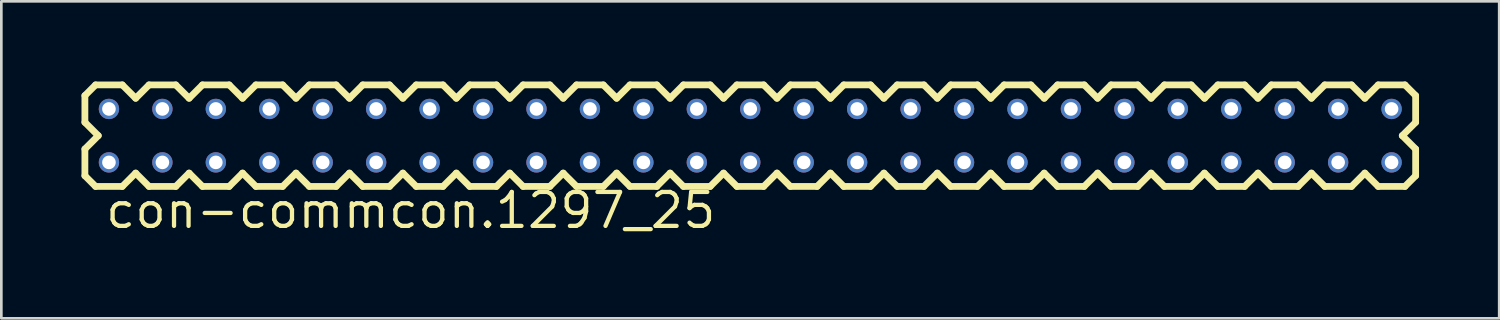
<source format=kicad_pcb>
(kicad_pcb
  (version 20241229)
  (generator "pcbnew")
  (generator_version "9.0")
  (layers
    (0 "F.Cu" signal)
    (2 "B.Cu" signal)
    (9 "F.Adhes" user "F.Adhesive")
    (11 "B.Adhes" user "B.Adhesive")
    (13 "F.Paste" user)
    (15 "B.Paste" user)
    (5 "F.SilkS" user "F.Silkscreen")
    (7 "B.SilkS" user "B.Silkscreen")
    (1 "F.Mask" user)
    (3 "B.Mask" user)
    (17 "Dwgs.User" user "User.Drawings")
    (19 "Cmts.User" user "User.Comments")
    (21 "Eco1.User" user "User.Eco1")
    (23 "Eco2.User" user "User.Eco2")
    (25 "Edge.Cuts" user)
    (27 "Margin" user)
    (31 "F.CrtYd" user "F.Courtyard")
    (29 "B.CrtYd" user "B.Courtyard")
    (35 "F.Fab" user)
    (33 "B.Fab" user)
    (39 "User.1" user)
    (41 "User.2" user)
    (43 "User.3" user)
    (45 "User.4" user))
  (footprint "con-commcon.1297_25"
    (layer "F.Cu")
    (at 25.027 2.027)
    (property "Reference" "con-commcon.1297_25" (at -24.21 3.54 0) (layer "F.SilkS") (effects (font (size 1.27 1.27) (thickness 0.16)) (justify left bottom)))
    (attr through_hole)
    (fp_line (start -24.9 -1.5) (end -24.9 -0.5) (stroke (width 0.254) (type default)) (layer "F.SilkS"))
    (fp_line (start -24.9 -0.5) (end -24.4 0) (stroke (width 0.254) (type default)) (layer "F.SilkS"))
    (fp_line (start -24.9 0.5) (end -24.9 1.5) (stroke (width 0.254) (type default)) (layer "F.SilkS"))
    (fp_line (start -24.9 1.5) (end -24.5 1.9) (stroke (width 0.254) (type default)) (layer "F.SilkS"))
    (fp_line (start -24.5 -1.9) (end -24.9 -1.5) (stroke (width 0.254) (type default)) (layer "F.SilkS"))
    (fp_line (start -24.5 1.9) (end -23.5 1.9) (stroke (width 0.254) (type default)) (layer "F.SilkS"))
    (fp_line (start -24.4 0) (end -24.9 0.5) (stroke (width 0.254) (type default)) (layer "F.SilkS"))
    (fp_line (start -23.5 -1.9) (end -24.5 -1.9) (stroke (width 0.254) (type default)) (layer "F.SilkS"))
    (fp_line (start -23.5 1.9) (end -23 1.4) (stroke (width 0.254) (type default)) (layer "F.SilkS"))
    (fp_line (start -23 -1.4) (end -23.5 -1.9) (stroke (width 0.254) (type default)) (layer "F.SilkS"))
    (fp_line (start -23 1.4) (end -22.5 1.9) (stroke (width 0.254) (type default)) (layer "F.SilkS"))
    (fp_line (start -22.5 -1.9) (end -23 -1.4) (stroke (width 0.254) (type default)) (layer "F.SilkS"))
    (fp_line (start -22.5 1.9) (end -21.5 1.9) (stroke (width 0.254) (type default)) (layer "F.SilkS"))
    (fp_line (start -21.5 -1.9) (end -22.5 -1.9) (stroke (width 0.254) (type default)) (layer "F.SilkS"))
    (fp_line (start -21.5 1.9) (end -21 1.4) (stroke (width 0.254) (type default)) (layer "F.SilkS"))
    (fp_line (start -21 -1.4) (end -21.5 -1.9) (stroke (width 0.254) (type default)) (layer "F.SilkS"))
    (fp_line (start -21 1.4) (end -20.5 1.9) (stroke (width 0.254) (type default)) (layer "F.SilkS"))
    (fp_line (start -20.5 -1.9) (end -21 -1.4) (stroke (width 0.254) (type default)) (layer "F.SilkS"))
    (fp_line (start -20.5 1.9) (end -19.5 1.9) (stroke (width 0.254) (type default)) (layer "F.SilkS"))
    (fp_line (start -19.5 -1.9) (end -20.5 -1.9) (stroke (width 0.254) (type default)) (layer "F.SilkS"))
    (fp_line (start -19.5 1.9) (end -19 1.4) (stroke (width 0.254) (type default)) (layer "F.SilkS"))
    (fp_line (start -19 -1.4) (end -19.5 -1.9) (stroke (width 0.254) (type default)) (layer "F.SilkS"))
    (fp_line (start -19 1.4) (end -18.5 1.9) (stroke (width 0.254) (type default)) (layer "F.SilkS"))
    (fp_line (start -18.5 -1.9) (end -19 -1.4) (stroke (width 0.254) (type default)) (layer "F.SilkS"))
    (fp_line (start -18.5 1.9) (end -17.5 1.9) (stroke (width 0.254) (type default)) (layer "F.SilkS"))
    (fp_line (start -17.5 -1.9) (end -18.5 -1.9) (stroke (width 0.254) (type default)) (layer "F.SilkS"))
    (fp_line (start -17.5 1.9) (end -17 1.4) (stroke (width 0.254) (type default)) (layer "F.SilkS"))
    (fp_line (start -17 -1.4) (end -17.5 -1.9) (stroke (width 0.254) (type default)) (layer "F.SilkS"))
    (fp_line (start -17 1.4) (end -16.5 1.9) (stroke (width 0.254) (type default)) (layer "F.SilkS"))
    (fp_line (start -16.5 -1.9) (end -17 -1.4) (stroke (width 0.254) (type default)) (layer "F.SilkS"))
    (fp_line (start -16.5 1.9) (end -15.5 1.9) (stroke (width 0.254) (type default)) (layer "F.SilkS"))
    (fp_line (start -15.5 -1.9) (end -16.5 -1.9) (stroke (width 0.254) (type default)) (layer "F.SilkS"))
    (fp_line (start -15.5 1.9) (end -15 1.4) (stroke (width 0.254) (type default)) (layer "F.SilkS"))
    (fp_line (start -15 -1.4) (end -15.5 -1.9) (stroke (width 0.254) (type default)) (layer "F.SilkS"))
    (fp_line (start -15 1.4) (end -14.5 1.9) (stroke (width 0.254) (type default)) (layer "F.SilkS"))
    (fp_line (start -14.5 -1.9) (end -15 -1.4) (stroke (width 0.254) (type default)) (layer "F.SilkS"))
    (fp_line (start -14.5 1.9) (end -13.5 1.9) (stroke (width 0.254) (type default)) (layer "F.SilkS"))
    (fp_line (start -13.5 -1.9) (end -14.5 -1.9) (stroke (width 0.254) (type default)) (layer "F.SilkS"))
    (fp_line (start -13.5 1.9) (end -13 1.4) (stroke (width 0.254) (type default)) (layer "F.SilkS"))
    (fp_line (start -13 -1.4) (end -13.5 -1.9) (stroke (width 0.254) (type default)) (layer "F.SilkS"))
    (fp_line (start -13 1.4) (end -12.5 1.9) (stroke (width 0.254) (type default)) (layer "F.SilkS"))
    (fp_line (start -12.5 -1.9) (end -13 -1.4) (stroke (width 0.254) (type default)) (layer "F.SilkS"))
    (fp_line (start -12.5 1.9) (end -11.5 1.9) (stroke (width 0.254) (type default)) (layer "F.SilkS"))
    (fp_line (start -11.5 -1.9) (end -12.5 -1.9) (stroke (width 0.254) (type default)) (layer "F.SilkS"))
    (fp_line (start -11.5 1.9) (end -11 1.4) (stroke (width 0.254) (type default)) (layer "F.SilkS"))
    (fp_line (start -11 -1.4) (end -11.5 -1.9) (stroke (width 0.254) (type default)) (layer "F.SilkS"))
    (fp_line (start -11 1.4) (end -10.5 1.9) (stroke (width 0.254) (type default)) (layer "F.SilkS"))
    (fp_line (start -10.5 -1.9) (end -11 -1.4) (stroke (width 0.254) (type default)) (layer "F.SilkS"))
    (fp_line (start -10.5 1.9) (end -9.5 1.9) (stroke (width 0.254) (type default)) (layer "F.SilkS"))
    (fp_line (start -9.5 -1.9) (end -10.5 -1.9) (stroke (width 0.254) (type default)) (layer "F.SilkS"))
    (fp_line (start -9.5 1.9) (end -9 1.4) (stroke (width 0.254) (type default)) (layer "F.SilkS"))
    (fp_line (start -9 -1.4) (end -9.5 -1.9) (stroke (width 0.254) (type default)) (layer "F.SilkS"))
    (fp_line (start -9 1.4) (end -8.5 1.9) (stroke (width 0.254) (type default)) (layer "F.SilkS"))
    (fp_line (start -8.5 -1.9) (end -9 -1.4) (stroke (width 0.254) (type default)) (layer "F.SilkS"))
    (fp_line (start -8.5 1.9) (end -7.5 1.9) (stroke (width 0.254) (type default)) (layer "F.SilkS"))
    (fp_line (start -7.5 -1.9) (end -8.5 -1.9) (stroke (width 0.254) (type default)) (layer "F.SilkS"))
    (fp_line (start -7.5 1.9) (end -7 1.4) (stroke (width 0.254) (type default)) (layer "F.SilkS"))
    (fp_line (start -7 -1.4) (end -7.5 -1.9) (stroke (width 0.254) (type default)) (layer "F.SilkS"))
    (fp_line (start -7 1.4) (end -6.5 1.9) (stroke (width 0.254) (type default)) (layer "F.SilkS"))
    (fp_line (start -6.5 -1.9) (end -7 -1.4) (stroke (width 0.254) (type default)) (layer "F.SilkS"))
    (fp_line (start -6.5 1.9) (end -5.5 1.9) (stroke (width 0.254) (type default)) (layer "F.SilkS"))
    (fp_line (start -5.5 -1.9) (end -6.5 -1.9) (stroke (width 0.254) (type default)) (layer "F.SilkS"))
    (fp_line (start -5.5 1.9) (end -5 1.4) (stroke (width 0.254) (type default)) (layer "F.SilkS"))
    (fp_line (start -5 -1.4) (end -5.5 -1.9) (stroke (width 0.254) (type default)) (layer "F.SilkS"))
    (fp_line (start -5 1.4) (end -4.5 1.9) (stroke (width 0.254) (type default)) (layer "F.SilkS"))
    (fp_line (start -4.5 -1.9) (end -5 -1.4) (stroke (width 0.254) (type default)) (layer "F.SilkS"))
    (fp_line (start -4.5 1.9) (end -3.5 1.9) (stroke (width 0.254) (type default)) (layer "F.SilkS"))
    (fp_line (start -3.5 -1.9) (end -4.5 -1.9) (stroke (width 0.254) (type default)) (layer "F.SilkS"))
    (fp_line (start -3.5 1.9) (end -3 1.4) (stroke (width 0.254) (type default)) (layer "F.SilkS"))
    (fp_line (start -3 -1.4) (end -3.5 -1.9) (stroke (width 0.254) (type default)) (layer "F.SilkS"))
    (fp_line (start -3 1.4) (end -2.5 1.9) (stroke (width 0.254) (type default)) (layer "F.SilkS"))
    (fp_line (start -2.5 -1.9) (end -3 -1.4) (stroke (width 0.254) (type default)) (layer "F.SilkS"))
    (fp_line (start -2.5 1.9) (end -1.5 1.9) (stroke (width 0.254) (type default)) (layer "F.SilkS"))
    (fp_line (start -1.5 -1.9) (end -2.5 -1.9) (stroke (width 0.254) (type default)) (layer "F.SilkS"))
    (fp_line (start -1.5 1.9) (end -1 1.4) (stroke (width 0.254) (type default)) (layer "F.SilkS"))
    (fp_line (start -1 -1.4) (end -1.5 -1.9) (stroke (width 0.254) (type default)) (layer "F.SilkS"))
    (fp_line (start -1 1.4) (end -0.5 1.9) (stroke (width 0.254) (type default)) (layer "F.SilkS"))
    (fp_line (start -0.5 -1.9) (end -1 -1.4) (stroke (width 0.254) (type default)) (layer "F.SilkS"))
    (fp_line (start -0.5 1.9) (end 0.5 1.9) (stroke (width 0.254) (type default)) (layer "F.SilkS"))
    (fp_line (start 0.5 -1.9) (end -0.5 -1.9) (stroke (width 0.254) (type default)) (layer "F.SilkS"))
    (fp_line (start 0.5 1.9) (end 1 1.4) (stroke (width 0.254) (type default)) (layer "F.SilkS"))
    (fp_line (start 1 -1.4) (end 0.5 -1.9) (stroke (width 0.254) (type default)) (layer "F.SilkS"))
    (fp_line (start 1 1.4) (end 1.5 1.9) (stroke (width 0.254) (type default)) (layer "F.SilkS"))
    (fp_line (start 1.5 -1.9) (end 1 -1.4) (stroke (width 0.254) (type default)) (layer "F.SilkS"))
    (fp_line (start 1.5 1.9) (end 2.5 1.9) (stroke (width 0.254) (type default)) (layer "F.SilkS"))
    (fp_line (start 2.5 -1.9) (end 1.5 -1.9) (stroke (width 0.254) (type default)) (layer "F.SilkS"))
    (fp_line (start 2.5 1.9) (end 3 1.4) (stroke (width 0.254) (type default)) (layer "F.SilkS"))
    (fp_line (start 3 -1.4) (end 2.5 -1.9) (stroke (width 0.254) (type default)) (layer "F.SilkS"))
    (fp_line (start 3 1.4) (end 3.5 1.9) (stroke (width 0.254) (type default)) (layer "F.SilkS"))
    (fp_line (start 3.5 -1.9) (end 3 -1.4) (stroke (width 0.254) (type default)) (layer "F.SilkS"))
    (fp_line (start 3.5 1.9) (end 4.5 1.9) (stroke (width 0.254) (type default)) (layer "F.SilkS"))
    (fp_line (start 4.5 -1.9) (end 3.5 -1.9) (stroke (width 0.254) (type default)) (layer "F.SilkS"))
    (fp_line (start 4.5 1.9) (end 5 1.4) (stroke (width 0.254) (type default)) (layer "F.SilkS"))
    (fp_line (start 5 -1.4) (end 4.5 -1.9) (stroke (width 0.254) (type default)) (layer "F.SilkS"))
    (fp_line (start 5 1.4) (end 5.5 1.9) (stroke (width 0.254) (type default)) (layer "F.SilkS"))
    (fp_line (start 5.5 -1.9) (end 5 -1.4) (stroke (width 0.254) (type default)) (layer "F.SilkS"))
    (fp_line (start 5.5 1.9) (end 6.5 1.9) (stroke (width 0.254) (type default)) (layer "F.SilkS"))
    (fp_line (start 6.5 -1.9) (end 5.5 -1.9) (stroke (width 0.254) (type default)) (layer "F.SilkS"))
    (fp_line (start 6.5 1.9) (end 7 1.4) (stroke (width 0.254) (type default)) (layer "F.SilkS"))
    (fp_line (start 7 -1.4) (end 6.5 -1.9) (stroke (width 0.254) (type default)) (layer "F.SilkS"))
    (fp_line (start 7 1.4) (end 7.5 1.9) (stroke (width 0.254) (type default)) (layer "F.SilkS"))
    (fp_line (start 7.5 -1.9) (end 7 -1.4) (stroke (width 0.254) (type default)) (layer "F.SilkS"))
    (fp_line (start 7.5 1.9) (end 8.5 1.9) (stroke (width 0.254) (type default)) (layer "F.SilkS"))
    (fp_line (start 8.5 -1.9) (end 7.5 -1.9) (stroke (width 0.254) (type default)) (layer "F.SilkS"))
    (fp_line (start 8.5 1.9) (end 9 1.4) (stroke (width 0.254) (type default)) (layer "F.SilkS"))
    (fp_line (start 9 -1.4) (end 8.5 -1.9) (stroke (width 0.254) (type default)) (layer "F.SilkS"))
    (fp_line (start 9 1.4) (end 9.5 1.9) (stroke (width 0.254) (type default)) (layer "F.SilkS"))
    (fp_line (start 9.5 -1.9) (end 9 -1.4) (stroke (width 0.254) (type default)) (layer "F.SilkS"))
    (fp_line (start 9.5 1.9) (end 10.5 1.9) (stroke (width 0.254) (type default)) (layer "F.SilkS"))
    (fp_line (start 10.5 -1.9) (end 9.5 -1.9) (stroke (width 0.254) (type default)) (layer "F.SilkS"))
    (fp_line (start 10.5 1.9) (end 11 1.4) (stroke (width 0.254) (type default)) (layer "F.SilkS"))
    (fp_line (start 11 -1.4) (end 10.5 -1.9) (stroke (width 0.254) (type default)) (layer "F.SilkS"))
    (fp_line (start 11 1.4) (end 11.5 1.9) (stroke (width 0.254) (type default)) (layer "F.SilkS"))
    (fp_line (start 11.5 -1.9) (end 11 -1.4) (stroke (width 0.254) (type default)) (layer "F.SilkS"))
    (fp_line (start 11.5 1.9) (end 12.5 1.9) (stroke (width 0.254) (type default)) (layer "F.SilkS"))
    (fp_line (start 12.5 -1.9) (end 11.5 -1.9) (stroke (width 0.254) (type default)) (layer "F.SilkS"))
    (fp_line (start 12.5 1.9) (end 13 1.4) (stroke (width 0.254) (type default)) (layer "F.SilkS"))
    (fp_line (start 13 -1.4) (end 12.5 -1.9) (stroke (width 0.254) (type default)) (layer "F.SilkS"))
    (fp_line (start 13 1.4) (end 13.5 1.9) (stroke (width 0.254) (type default)) (layer "F.SilkS"))
    (fp_line (start 13.5 -1.9) (end 13 -1.4) (stroke (width 0.254) (type default)) (layer "F.SilkS"))
    (fp_line (start 13.5 1.9) (end 14.5 1.9) (stroke (width 0.254) (type default)) (layer "F.SilkS"))
    (fp_line (start 14.5 -1.9) (end 13.5 -1.9) (stroke (width 0.254) (type default)) (layer "F.SilkS"))
    (fp_line (start 14.5 1.9) (end 15 1.4) (stroke (width 0.254) (type default)) (layer "F.SilkS"))
    (fp_line (start 15 -1.4) (end 14.5 -1.9) (stroke (width 0.254) (type default)) (layer "F.SilkS"))
    (fp_line (start 15 1.4) (end 15.5 1.9) (stroke (width 0.254) (type default)) (layer "F.SilkS"))
    (fp_line (start 15.5 -1.9) (end 15 -1.4) (stroke (width 0.254) (type default)) (layer "F.SilkS"))
    (fp_line (start 15.5 1.9) (end 16.5 1.9) (stroke (width 0.254) (type default)) (layer "F.SilkS"))
    (fp_line (start 16.5 -1.9) (end 15.5 -1.9) (stroke (width 0.254) (type default)) (layer "F.SilkS"))
    (fp_line (start 16.5 1.9) (end 17 1.4) (stroke (width 0.254) (type default)) (layer "F.SilkS"))
    (fp_line (start 17 -1.4) (end 16.5 -1.9) (stroke (width 0.254) (type default)) (layer "F.SilkS"))
    (fp_line (start 17 1.4) (end 17.5 1.9) (stroke (width 0.254) (type default)) (layer "F.SilkS"))
    (fp_line (start 17.5 -1.9) (end 17 -1.4) (stroke (width 0.254) (type default)) (layer "F.SilkS"))
    (fp_line (start 17.5 1.9) (end 18.5 1.9) (stroke (width 0.254) (type default)) (layer "F.SilkS"))
    (fp_line (start 18.5 -1.9) (end 17.5 -1.9) (stroke (width 0.254) (type default)) (layer "F.SilkS"))
    (fp_line (start 18.5 1.9) (end 19 1.4) (stroke (width 0.254) (type default)) (layer "F.SilkS"))
    (fp_line (start 19 -1.4) (end 18.5 -1.9) (stroke (width 0.254) (type default)) (layer "F.SilkS"))
    (fp_line (start 19 1.4) (end 19.5 1.9) (stroke (width 0.254) (type default)) (layer "F.SilkS"))
    (fp_line (start 19.5 -1.9) (end 19 -1.4) (stroke (width 0.254) (type default)) (layer "F.SilkS"))
    (fp_line (start 19.5 1.9) (end 20.5 1.9) (stroke (width 0.254) (type default)) (layer "F.SilkS"))
    (fp_line (start 20.5 -1.9) (end 19.5 -1.9) (stroke (width 0.254) (type default)) (layer "F.SilkS"))
    (fp_line (start 20.5 1.9) (end 21 1.4) (stroke (width 0.254) (type default)) (layer "F.SilkS"))
    (fp_line (start 21 -1.4) (end 20.5 -1.9) (stroke (width 0.254) (type default)) (layer "F.SilkS"))
    (fp_line (start 21 1.4) (end 21.5 1.9) (stroke (width 0.254) (type default)) (layer "F.SilkS"))
    (fp_line (start 21.5 -1.9) (end 21 -1.4) (stroke (width 0.254) (type default)) (layer "F.SilkS"))
    (fp_line (start 21.5 1.9) (end 22.5 1.9) (stroke (width 0.254) (type default)) (layer "F.SilkS"))
    (fp_line (start 22.5 -1.9) (end 21.5 -1.9) (stroke (width 0.254) (type default)) (layer "F.SilkS"))
    (fp_line (start 22.5 1.9) (end 23 1.4) (stroke (width 0.254) (type default)) (layer "F.SilkS"))
    (fp_line (start 23 -1.4) (end 22.5 -1.9) (stroke (width 0.254) (type default)) (layer "F.SilkS"))
    (fp_line (start 23 1.4) (end 23.5 1.9) (stroke (width 0.254) (type default)) (layer "F.SilkS"))
    (fp_line (start 23.5 -1.9) (end 23 -1.4) (stroke (width 0.254) (type default)) (layer "F.SilkS"))
    (fp_line (start 23.5 1.9) (end 24.5 1.9) (stroke (width 0.254) (type default)) (layer "F.SilkS"))
    (fp_line (start 24.4 0) (end 24.9 -0.5) (stroke (width 0.254) (type default)) (layer "F.SilkS"))
    (fp_line (start 24.5 -1.9) (end 23.5 -1.9) (stroke (width 0.254) (type default)) (layer "F.SilkS"))
    (fp_line (start 24.5 1.9) (end 24.9 1.5) (stroke (width 0.254) (type default)) (layer "F.SilkS"))
    (fp_line (start 24.9 -1.5) (end 24.5 -1.9) (stroke (width 0.254) (type default)) (layer "F.SilkS"))
    (fp_line (start 24.9 -0.5) (end 24.9 -1.5) (stroke (width 0.254) (type default)) (layer "F.SilkS"))
    (fp_line (start 24.9 0.5) (end 24.4 0) (stroke (width 0.254) (type default)) (layer "F.SilkS"))
    (fp_line (start 24.9 1.5) (end 24.9 0.5) (stroke (width 0.254) (type default)) (layer "F.SilkS"))
    (pad "A1" thru_hole circle (at -24 1) (size 0.762 0.762) (drill 0.508) (layers "*.Cu" "*.Mask"))
    (pad "A2" thru_hole circle (at -22 1) (size 0.762 0.762) (drill 0.508) (layers "*.Cu" "*.Mask"))
    (pad "A3" thru_hole circle (at -20 1) (size 0.762 0.762) (drill 0.508) (layers "*.Cu" "*.Mask"))
    (pad "A4" thru_hole circle (at -18 1) (size 0.762 0.762) (drill 0.508) (layers "*.Cu" "*.Mask"))
    (pad "A5" thru_hole circle (at -16 1) (size 0.762 0.762) (drill 0.508) (layers "*.Cu" "*.Mask"))
    (pad "A6" thru_hole circle (at -14 1) (size 0.762 0.762) (drill 0.508) (layers "*.Cu" "*.Mask"))
    (pad "A7" thru_hole circle (at -12 1) (size 0.762 0.762) (drill 0.508) (layers "*.Cu" "*.Mask"))
    (pad "A8" thru_hole circle (at -10 1) (size 0.762 0.762) (drill 0.508) (layers "*.Cu" "*.Mask"))
    (pad "A9" thru_hole circle (at -8 1) (size 0.762 0.762) (drill 0.508) (layers "*.Cu" "*.Mask"))
    (pad "A10" thru_hole circle (at -6 1) (size 0.762 0.762) (drill 0.508) (layers "*.Cu" "*.Mask"))
    (pad "A11" thru_hole circle (at -4 1) (size 0.762 0.762) (drill 0.508) (layers "*.Cu" "*.Mask"))
    (pad "A12" thru_hole circle (at -2 1) (size 0.762 0.762) (drill 0.508) (layers "*.Cu" "*.Mask"))
    (pad "A13" thru_hole circle (at 0 1) (size 0.762 0.762) (drill 0.508) (layers "*.Cu" "*.Mask"))
    (pad "A14" thru_hole circle (at 2 1) (size 0.762 0.762) (drill 0.508) (layers "*.Cu" "*.Mask"))
    (pad "A15" thru_hole circle (at 4 1) (size 0.762 0.762) (drill 0.508) (layers "*.Cu" "*.Mask"))
    (pad "A16" thru_hole circle (at 6 1) (size 0.762 0.762) (drill 0.508) (layers "*.Cu" "*.Mask"))
    (pad "A17" thru_hole circle (at 8 1) (size 0.762 0.762) (drill 0.508) (layers "*.Cu" "*.Mask"))
    (pad "A18" thru_hole circle (at 10 1) (size 0.762 0.762) (drill 0.508) (layers "*.Cu" "*.Mask"))
    (pad "A19" thru_hole circle (at 12 1) (size 0.762 0.762) (drill 0.508) (layers "*.Cu" "*.Mask"))
    (pad "A20" thru_hole circle (at 14 1) (size 0.762 0.762) (drill 0.508) (layers "*.Cu" "*.Mask"))
    (pad "A21" thru_hole circle (at 16 1) (size 0.762 0.762) (drill 0.508) (layers "*.Cu" "*.Mask"))
    (pad "A22" thru_hole circle (at 18 1) (size 0.762 0.762) (drill 0.508) (layers "*.Cu" "*.Mask"))
    (pad "A23" thru_hole circle (at 20 1) (size 0.762 0.762) (drill 0.508) (layers "*.Cu" "*.Mask"))
    (pad "A24" thru_hole circle (at 22 1) (size 0.762 0.762) (drill 0.508) (layers "*.Cu" "*.Mask"))
    (pad "A25" thru_hole circle (at 24 1) (size 0.762 0.762) (drill 0.508) (layers "*.Cu" "*.Mask"))
    (pad "B1" thru_hole circle (at -24 -1) (size 0.762 0.762) (drill 0.508) (layers "*.Cu" "*.Mask"))
    (pad "B2" thru_hole circle (at -22 -1) (size 0.762 0.762) (drill 0.508) (layers "*.Cu" "*.Mask"))
    (pad "B3" thru_hole circle (at -20 -1) (size 0.762 0.762) (drill 0.508) (layers "*.Cu" "*.Mask"))
    (pad "B4" thru_hole circle (at -18 -1) (size 0.762 0.762) (drill 0.508) (layers "*.Cu" "*.Mask"))
    (pad "B5" thru_hole circle (at -16 -1) (size 0.762 0.762) (drill 0.508) (layers "*.Cu" "*.Mask"))
    (pad "B6" thru_hole circle (at -14 -1) (size 0.762 0.762) (drill 0.508) (layers "*.Cu" "*.Mask"))
    (pad "B7" thru_hole circle (at -12 -1) (size 0.762 0.762) (drill 0.508) (layers "*.Cu" "*.Mask"))
    (pad "B8" thru_hole circle (at -10 -1) (size 0.762 0.762) (drill 0.508) (layers "*.Cu" "*.Mask"))
    (pad "B9" thru_hole circle (at -8 -1) (size 0.762 0.762) (drill 0.508) (layers "*.Cu" "*.Mask"))
    (pad "B10" thru_hole circle (at -6 -1) (size 0.762 0.762) (drill 0.508) (layers "*.Cu" "*.Mask"))
    (pad "B11" thru_hole circle (at -4 -1) (size 0.762 0.762) (drill 0.508) (layers "*.Cu" "*.Mask"))
    (pad "B12" thru_hole circle (at -2 -1) (size 0.762 0.762) (drill 0.508) (layers "*.Cu" "*.Mask"))
    (pad "B13" thru_hole circle (at 0 -1) (size 0.762 0.762) (drill 0.508) (layers "*.Cu" "*.Mask"))
    (pad "B14" thru_hole circle (at 2 -1) (size 0.762 0.762) (drill 0.508) (layers "*.Cu" "*.Mask"))
    (pad "B15" thru_hole circle (at 4 -1) (size 0.762 0.762) (drill 0.508) (layers "*.Cu" "*.Mask"))
    (pad "B16" thru_hole circle (at 6 -1) (size 0.762 0.762) (drill 0.508) (layers "*.Cu" "*.Mask"))
    (pad "B17" thru_hole circle (at 8 -1) (size 0.762 0.762) (drill 0.508) (layers "*.Cu" "*.Mask"))
    (pad "B18" thru_hole circle (at 10 -1) (size 0.762 0.762) (drill 0.508) (layers "*.Cu" "*.Mask"))
    (pad "B19" thru_hole circle (at 12 -1) (size 0.762 0.762) (drill 0.508) (layers "*.Cu" "*.Mask"))
    (pad "B20" thru_hole circle (at 14 -1) (size 0.762 0.762) (drill 0.508) (layers "*.Cu" "*.Mask"))
    (pad "B21" thru_hole circle (at 16 -1) (size 0.762 0.762) (drill 0.508) (layers "*.Cu" "*.Mask"))
    (pad "B22" thru_hole circle (at 18 -1) (size 0.762 0.762) (drill 0.508) (layers "*.Cu" "*.Mask"))
    (pad "B23" thru_hole circle (at 20 -1) (size 0.762 0.762) (drill 0.508) (layers "*.Cu" "*.Mask"))
    (pad "B24" thru_hole circle (at 22 -1) (size 0.762 0.762) (drill 0.508) (layers "*.Cu" "*.Mask"))
    (pad "B25" thru_hole circle (at 24 -1) (size 0.762 0.762) (drill 0.508) (layers "*.Cu" "*.Mask")))
  (gr_rect
    (start -3 -3)
    (end 53.054 8.864)
    (stroke (width 0.1) (type default))
    (fill no)
    (layer "Edge.Cuts")))
</source>
